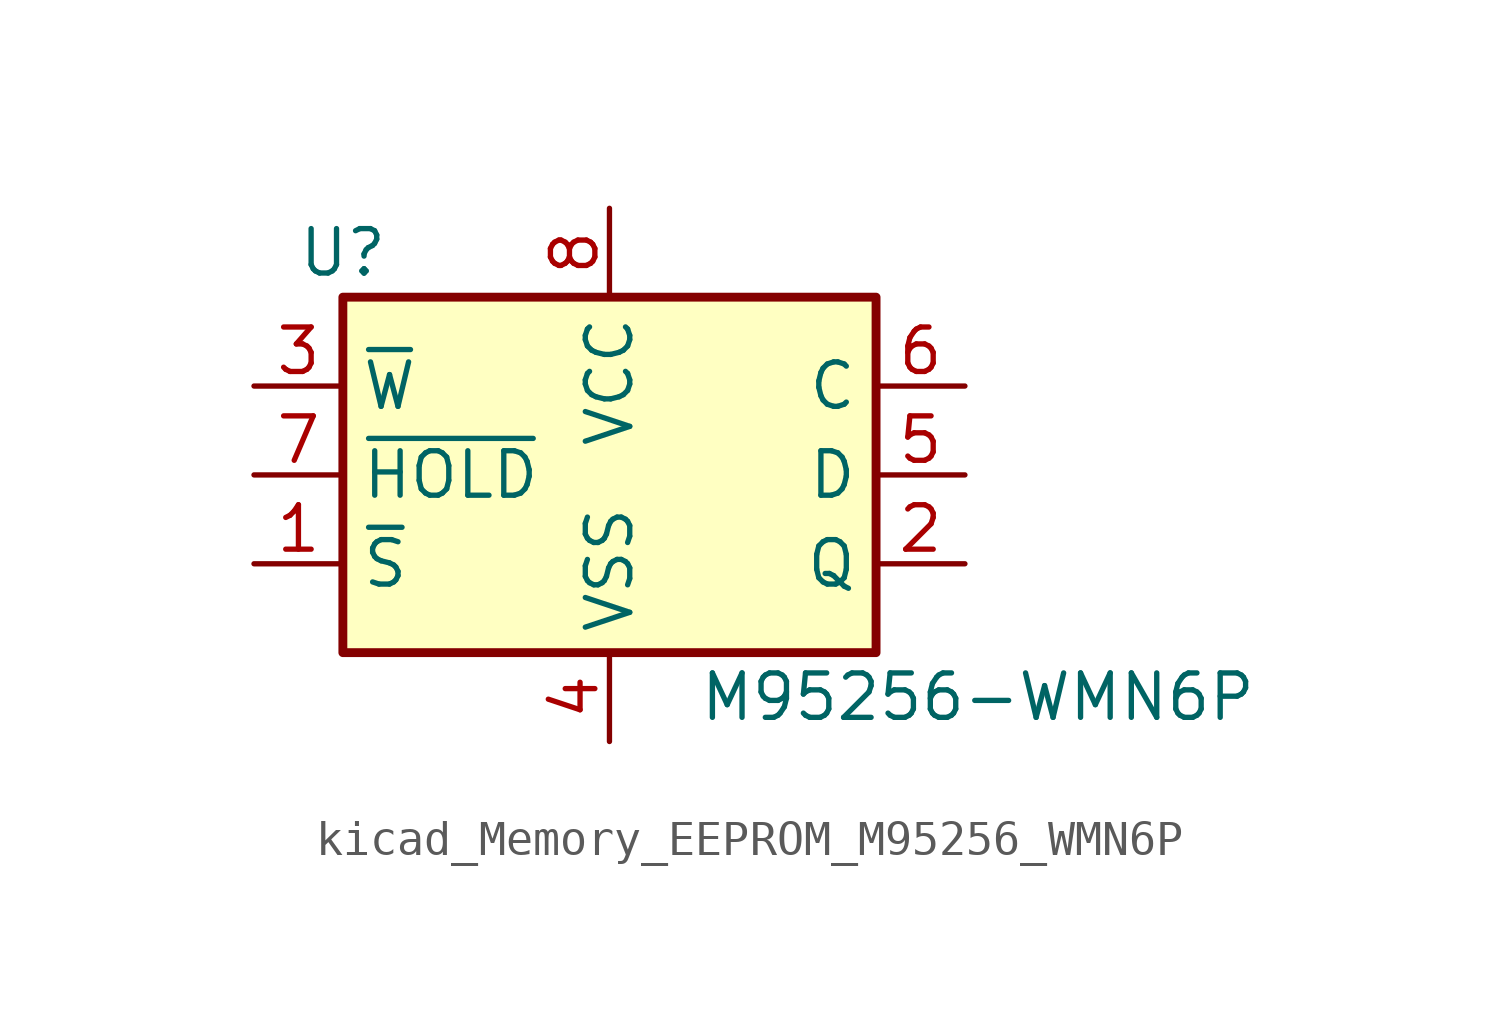
<source format=kicad_sym>
(kicad_symbol_lib
  (version 20220914)
  (generator kicad_symbol_editor)
  (symbol "kicad_Memory_EEPROM_M95256_WMN6P"
    (property "Reference" "U"
      (at -7.62 6.35 0)
      (effects (font (size 1.27 1.27))))
    (property "Value" "M95256-WMN6P"
      (at 2.54 -6.35 0)
      (effects (font (size 1.27 1.27)) (justify left)))
    (symbol "kicad_Memory_EEPROM_M95256_WMN6P_1_1"
      (rectangle (start -7.62 5.08) (end 7.62 -5.08) (stroke (width 0.254) (type default)) (fill (type background)))
      (pin input line (at -10.16 -2.54 0) (length 2.54) (name "~{S}" (effects (font (size 1.27 1.27)))) (number "1" (effects (font (size 1.27 1.27)))))
      (pin output line (at 10.16 -2.54 180) (length 2.54) (name "Q" (effects (font (size 1.27 1.27)))) (number "2" (effects (font (size 1.27 1.27)))))
      (pin input line (at -10.16 2.54 0) (length 2.54) (name "~{W}" (effects (font (size 1.27 1.27)))) (number "3" (effects (font (size 1.27 1.27)))))
      (pin power_in line (at 0 -7.62 90) (length 2.54) (name "VSS" (effects (font (size 1.27 1.27)))) (number "4" (effects (font (size 1.27 1.27)))))
      (pin input line (at 10.16 0 180) (length 2.54) (name "D" (effects (font (size 1.27 1.27)))) (number "5" (effects (font (size 1.27 1.27)))))
      (pin input line (at 10.16 2.54 180) (length 2.54) (name "C" (effects (font (size 1.27 1.27)))) (number "6" (effects (font (size 1.27 1.27)))))
      (pin input line (at -10.16 0 0) (length 2.54) (name "~{HOLD}" (effects (font (size 1.27 1.27)))) (number "7" (effects (font (size 1.27 1.27)))))
      (pin power_in line (at 0 7.62 270) (length 2.54) (name "VCC" (effects (font (size 1.27 1.27)))) (number "8" (effects (font (size 1.27 1.27))))))))
</source>
